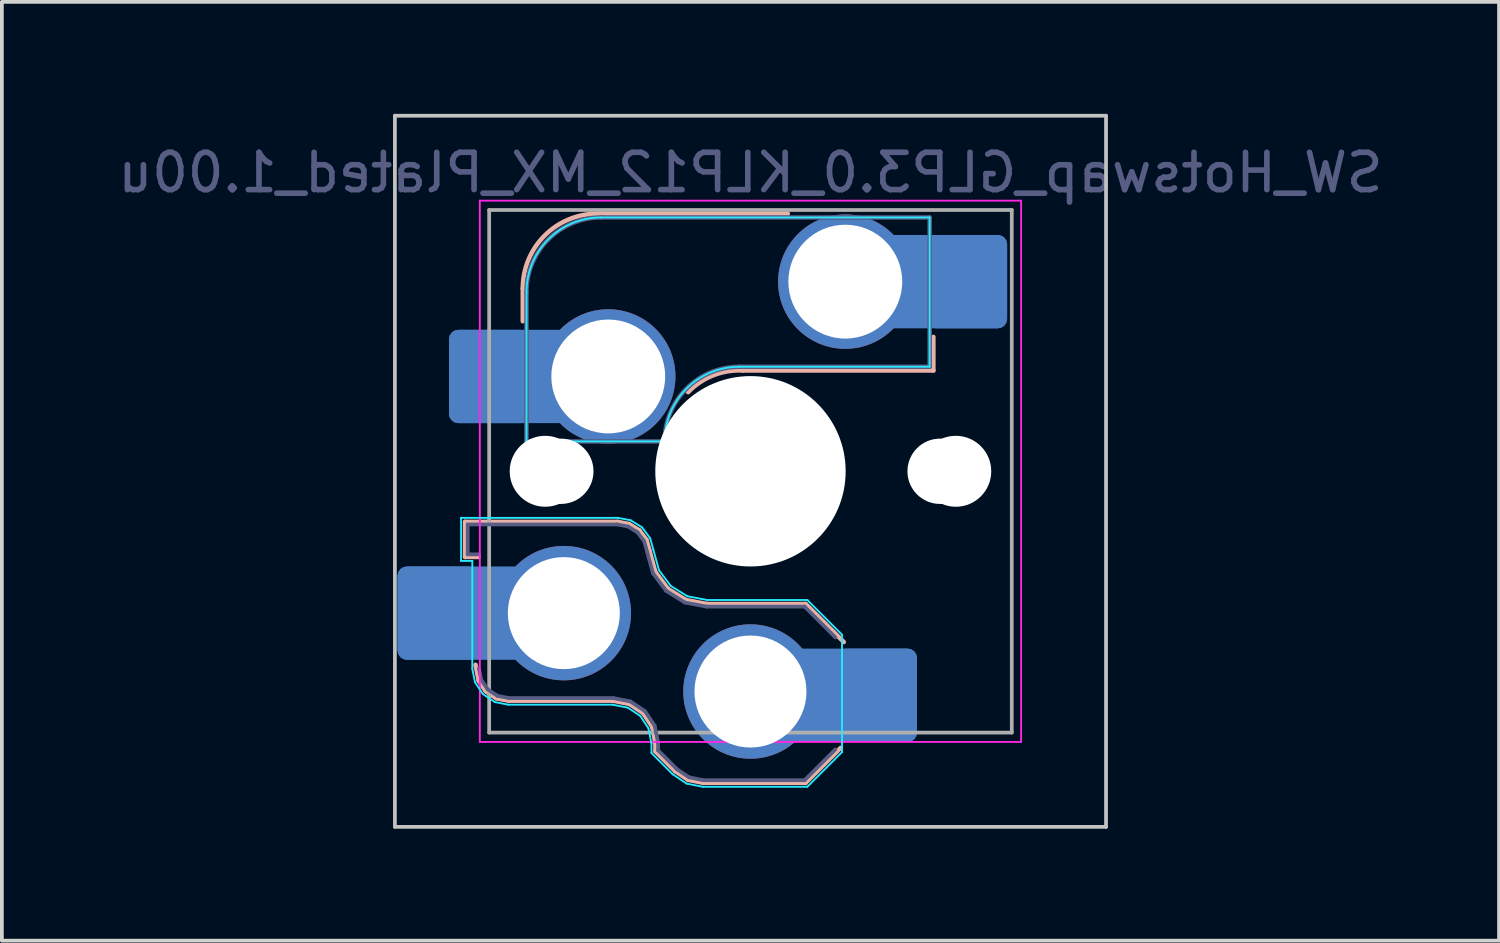
<source format=kicad_pcb>
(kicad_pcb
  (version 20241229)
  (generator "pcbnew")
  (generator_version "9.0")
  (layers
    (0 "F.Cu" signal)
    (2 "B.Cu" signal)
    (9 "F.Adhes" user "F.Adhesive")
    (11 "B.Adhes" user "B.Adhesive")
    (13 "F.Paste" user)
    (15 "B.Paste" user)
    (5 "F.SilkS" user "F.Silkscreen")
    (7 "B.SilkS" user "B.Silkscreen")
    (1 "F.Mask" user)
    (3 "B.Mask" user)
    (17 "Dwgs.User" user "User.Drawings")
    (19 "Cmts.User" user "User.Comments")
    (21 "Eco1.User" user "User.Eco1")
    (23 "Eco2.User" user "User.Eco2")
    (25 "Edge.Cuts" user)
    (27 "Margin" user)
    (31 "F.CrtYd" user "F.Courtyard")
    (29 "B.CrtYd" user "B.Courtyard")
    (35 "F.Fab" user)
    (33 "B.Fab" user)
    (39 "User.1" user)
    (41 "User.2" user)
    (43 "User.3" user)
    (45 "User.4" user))
  (footprint "SW_Hotswap_GLP3.0_KLP12_MX_Plated_1.00u"
    (layer "F.Cu")
    (at 17.054 9.575)
    (property "Reference" "SW_Hotswap_GLP3.0_KLP12_MX_Plated_1.00u" (at 0 -8 0) (layer "B.Fab") (effects (font (size 1 1) (thickness 0.15)) (justify mirror)))
    (attr smd)
    (fp_line (start -7.646 1.354) (end -3.56 1.354) (stroke (width 0.12) (type solid)) (layer "B.SilkS"))
    (fp_line (start -7.646 2.296) (end -7.646 1.354) (stroke (width 0.12) (type solid)) (layer "B.SilkS"))
    (fp_line (start -7.283 2.296) (end -7.646 2.296) (stroke (width 0.12) (type solid)) (layer "B.SilkS"))
    (fp_line (start -7.281 5.609) (end -7.366 5.182) (stroke (width 0.12) (type solid)) (layer "B.SilkS"))
    (fp_line (start -7.092 5.892) (end -7.281 5.609) (stroke (width 0.12) (type solid)) (layer "B.SilkS"))
    (fp_line (start -6.809 6.081) (end -7.092 5.892) (stroke (width 0.12) (type solid)) (layer "B.SilkS"))
    (fp_line (start -6.482 6.146) (end -6.809 6.081) (stroke (width 0.12) (type solid)) (layer "B.SilkS"))
    (fp_line (start -6.1 -4.02) (end -6.1 -4.9) (stroke (width 0.12) (type solid)) (layer "B.SilkS"))
    (fp_line (start -4.1 -6.9) (end 1 -6.9) (stroke (width 0.12) (type solid)) (layer "B.SilkS"))
    (fp_line (start -3.682 6.146) (end -6.482 6.146) (stroke (width 0.12) (type solid)) (layer "B.SilkS"))
    (fp_line (start -3.56 1.354) (end -3.25 1.413) (stroke (width 0.12) (type solid)) (layer "B.SilkS"))
    (fp_line (start -3.25 1.413) (end -2.976 1.583) (stroke (width 0.12) (type solid)) (layer "B.SilkS"))
    (fp_line (start -3.244 6.233) (end -3.682 6.146) (stroke (width 0.12) (type solid)) (layer "B.SilkS"))
    (fp_line (start -2.976 1.583) (end -2.783 1.841) (stroke (width 0.12) (type solid)) (layer "B.SilkS"))
    (fp_line (start -2.877 6.477) (end -3.244 6.233) (stroke (width 0.12) (type solid)) (layer "B.SilkS"))
    (fp_line (start -2.783 1.841) (end -2.701 2.139) (stroke (width 0.12) (type solid)) (layer "B.SilkS"))
    (fp_line (start -2.701 2.139) (end -2.547 2.697) (stroke (width 0.12) (type solid)) (layer "B.SilkS"))
    (fp_line (start -2.633 6.844) (end -2.877 6.477) (stroke (width 0.12) (type solid)) (layer "B.SilkS"))
    (fp_line (start -2.547 2.697) (end -2.209 3.15) (stroke (width 0.12) (type solid)) (layer "B.SilkS"))
    (fp_line (start -2.546 7.282) (end -2.633 6.844) (stroke (width 0.12) (type solid)) (layer "B.SilkS"))
    (fp_line (start -2.546 7.504) (end -2.546 7.282) (stroke (width 0.12) (type solid)) (layer "B.SilkS"))
    (fp_line (start -2.209 3.15) (end -1.73 3.449) (stroke (width 0.12) (type solid)) (layer "B.SilkS"))
    (fp_line (start -2.013 8.037) (end -2.546 7.504) (stroke (width 0.12) (type solid)) (layer "B.SilkS"))
    (fp_line (start -1.73 3.449) (end -1.168 3.554) (stroke (width 0.12) (type solid)) (layer "B.SilkS"))
    (fp_line (start -1.671 8.266) (end -2.013 8.037) (stroke (width 0.12) (type solid)) (layer "B.SilkS"))
    (fp_line (start -1.268 8.346) (end -1.671 8.266) (stroke (width 0.12) (type solid)) (layer "B.SilkS"))
    (fp_line (start -1.168 3.554) (end 1.479 3.554) (stroke (width 0.12) (type solid)) (layer "B.SilkS"))
    (fp_line (start -0.2 -2.7) (end 4.9 -2.7) (stroke (width 0.12) (type solid)) (layer "B.SilkS"))
    (fp_line (start 1.479 3.554) (end 2.5 4.575) (stroke (width 0.12) (type solid)) (layer "B.SilkS"))
    (fp_line (start 1.479 8.346) (end -1.268 8.346) (stroke (width 0.12) (type solid)) (layer "B.SilkS"))
    (fp_line (start 2.416 7.409) (end 1.479 8.346) (stroke (width 0.12) (type solid)) (layer "B.SilkS"))
    (fp_line (start 4.9 -2.7) (end 4.9 -3.6) (stroke (width 0.12) (type solid)) (layer "B.SilkS"))
    (fp_arc (start -6.1 -4.9) (mid -5.514214 -6.314214) (end -4.1 -6.9) (stroke (width 0.12) (type solid)) (layer "B.SilkS"))
    (fp_arc (start -1.670692 -2.119547) (mid -0.998496 -2.569775) (end -0.2 -2.7) (stroke (width 0.12) (type solid)) (layer "B.SilkS"))
    (fp_line (start -9.525 -9.525) (end -9.525 9.525) (stroke (width 0.1) (type solid)) (layer "Dwgs.User"))
    (fp_line (start -9.525 9.525) (end 9.525 9.525) (stroke (width 0.1) (type solid)) (layer "Dwgs.User"))
    (fp_line (start 9.525 -9.525) (end -9.525 -9.525) (stroke (width 0.1) (type solid)) (layer "Dwgs.User"))
    (fp_line (start 9.525 9.525) (end 9.525 -9.525) (stroke (width 0.1) (type solid)) (layer "Dwgs.User"))
    (fp_line (start -7.8 -6) (end -7 -6) (stroke (width 0.1) (type solid)) (layer "Eco1.User"))
    (fp_line (start -7.8 -2.9) (end -7.8 -6) (stroke (width 0.1) (type solid)) (layer "Eco1.User"))
    (fp_line (start -7.8 2.9) (end -7 2.9) (stroke (width 0.1) (type solid)) (layer "Eco1.User"))
    (fp_line (start -7.8 6) (end -7.8 2.9) (stroke (width 0.1) (type solid)) (layer "Eco1.User"))
    (fp_line (start -7 -7) (end 7 -7) (stroke (width 0.1) (type solid)) (layer "Eco1.User"))
    (fp_line (start -7 -6) (end -7 -7) (stroke (width 0.1) (type solid)) (layer "Eco1.User"))
    (fp_line (start -7 -2.9) (end -7.8 -2.9) (stroke (width 0.1) (type solid)) (layer "Eco1.User"))
    (fp_line (start -7 2.9) (end -7 -2.9) (stroke (width 0.1) (type solid)) (layer "Eco1.User"))
    (fp_line (start -7 6) (end -7.8 6) (stroke (width 0.1) (type solid)) (layer "Eco1.User"))
    (fp_line (start -7 7) (end -7 6) (stroke (width 0.1) (type solid)) (layer "Eco1.User"))
    (fp_line (start 7 -7) (end 7 -6) (stroke (width 0.1) (type solid)) (layer "Eco1.User"))
    (fp_line (start 7 -6) (end 7.8 -6) (stroke (width 0.1) (type solid)) (layer "Eco1.User"))
    (fp_line (start 7 -2.9) (end 7 2.9) (stroke (width 0.1) (type solid)) (layer "Eco1.User"))
    (fp_line (start 7 2.9) (end 7.8 2.9) (stroke (width 0.1) (type solid)) (layer "Eco1.User"))
    (fp_line (start 7 6) (end 7 7) (stroke (width 0.1) (type solid)) (layer "Eco1.User"))
    (fp_line (start 7 7) (end -7 7) (stroke (width 0.1) (type solid)) (layer "Eco1.User"))
    (fp_line (start 7.8 -6) (end 7.8 -2.9) (stroke (width 0.1) (type solid)) (layer "Eco1.User"))
    (fp_line (start 7.8 -2.9) (end 7 -2.9) (stroke (width 0.1) (type solid)) (layer "Eco1.User"))
    (fp_line (start 7.8 2.9) (end 7.8 6) (stroke (width 0.1) (type solid)) (layer "Eco1.User"))
    (fp_line (start 7.8 6) (end 7 6) (stroke (width 0.1) (type solid)) (layer "Eco1.User"))
    (fp_line (start -7.752 1.248) (end -3.55 1.248) (stroke (width 0.05) (type solid)) (layer "B.CrtYd"))
    (fp_line (start -7.752 2.402) (end -7.752 1.248) (stroke (width 0.05) (type solid)) (layer "B.CrtYd"))
    (fp_line (start -7.452 2.402) (end -7.752 2.402) (stroke (width 0.05) (type solid)) (layer "B.CrtYd"))
    (fp_line (start -7.452 5.292) (end -7.452 2.402) (stroke (width 0.05) (type solid)) (layer "B.CrtYd"))
    (fp_line (start -7.381 5.65) (end -7.452 5.292) (stroke (width 0.05) (type solid)) (layer "B.CrtYd"))
    (fp_line (start -7.168 5.968) (end -7.381 5.65) (stroke (width 0.05) (type solid)) (layer "B.CrtYd"))
    (fp_line (start -6.85 6.181) (end -7.168 5.968) (stroke (width 0.05) (type solid)) (layer "B.CrtYd"))
    (fp_line (start -6.492 6.252) (end -6.85 6.181) (stroke (width 0.05) (type solid)) (layer "B.CrtYd"))
    (fp_line (start -6 -0.8) (end -6 -4.8) (stroke (width 0.05) (type solid)) (layer "B.CrtYd"))
    (fp_line (start -6 -0.8) (end -2.3 -0.8) (stroke (width 0.05) (type solid)) (layer "B.CrtYd"))
    (fp_line (start -4 -6.8) (end 4.8 -6.8) (stroke (width 0.05) (type solid)) (layer "B.CrtYd"))
    (fp_line (start -3.692 6.252) (end -6.492 6.252) (stroke (width 0.05) (type solid)) (layer "B.CrtYd"))
    (fp_line (start -3.55 1.248) (end -3.211 1.312) (stroke (width 0.05) (type solid)) (layer "B.CrtYd"))
    (fp_line (start -3.285 6.333) (end -3.692 6.252) (stroke (width 0.05) (type solid)) (layer "B.CrtYd"))
    (fp_line (start -3.211 1.312) (end -2.903 1.503) (stroke (width 0.05) (type solid)) (layer "B.CrtYd"))
    (fp_line (start -2.953 6.553) (end -3.285 6.333) (stroke (width 0.05) (type solid)) (layer "B.CrtYd"))
    (fp_line (start -2.903 1.503) (end -2.687 1.794) (stroke (width 0.05) (type solid)) (layer "B.CrtYd"))
    (fp_line (start -2.733 6.885) (end -2.953 6.553) (stroke (width 0.05) (type solid)) (layer "B.CrtYd"))
    (fp_line (start -2.687 1.794) (end -2.599 2.111) (stroke (width 0.05) (type solid)) (layer "B.CrtYd"))
    (fp_line (start -2.652 7.292) (end -2.733 6.885) (stroke (width 0.05) (type solid)) (layer "B.CrtYd"))
    (fp_line (start -2.652 7.548) (end -2.652 7.292) (stroke (width 0.05) (type solid)) (layer "B.CrtYd"))
    (fp_line (start -2.599 2.111) (end -2.45 2.65) (stroke (width 0.05) (type solid)) (layer "B.CrtYd"))
    (fp_line (start -2.45 2.65) (end -2.136 3.071) (stroke (width 0.05) (type solid)) (layer "B.CrtYd"))
    (fp_line (start -2.136 3.071) (end -1.691 3.348) (stroke (width 0.05) (type solid)) (layer "B.CrtYd"))
    (fp_line (start -2.081 8.119) (end -2.652 7.548) (stroke (width 0.05) (type solid)) (layer "B.CrtYd"))
    (fp_line (start -1.712 8.366) (end -2.081 8.119) (stroke (width 0.05) (type solid)) (layer "B.CrtYd"))
    (fp_line (start -1.691 3.348) (end -1.159 3.448) (stroke (width 0.05) (type solid)) (layer "B.CrtYd"))
    (fp_line (start -1.278 8.452) (end -1.712 8.366) (stroke (width 0.05) (type solid)) (layer "B.CrtYd"))
    (fp_line (start -1.159 3.448) (end 1.523 3.448) (stroke (width 0.05) (type solid)) (layer "B.CrtYd"))
    (fp_line (start -0.3 -2.8) (end 4.8 -2.8) (stroke (width 0.05) (type solid)) (layer "B.CrtYd"))
    (fp_line (start 1.523 3.448) (end 2.452 4.377) (stroke (width 0.05) (type solid)) (layer "B.CrtYd"))
    (fp_line (start 1.523 8.452) (end -1.278 8.452) (stroke (width 0.05) (type solid)) (layer "B.CrtYd"))
    (fp_line (start 2.452 4.377) (end 2.452 7.523) (stroke (width 0.05) (type solid)) (layer "B.CrtYd"))
    (fp_line (start 2.452 7.523) (end 1.523 8.452) (stroke (width 0.05) (type solid)) (layer "B.CrtYd"))
    (fp_line (start 4.8 -6.8) (end 4.8 -2.8) (stroke (width 0.05) (type solid)) (layer "B.CrtYd"))
    (fp_arc (start -6 -4.8) (mid -5.414214 -6.214214) (end -4 -6.8) (stroke (width 0.05) (type solid)) (layer "B.CrtYd"))
    (fp_arc (start -2.3 -0.8) (mid -1.714214 -2.214214) (end -0.3 -2.8) (stroke (width 0.05) (type solid)) (layer "B.CrtYd"))
    (fp_line (start -7.25 -7.25) (end -7.25 7.25) (stroke (width 0.05) (type solid)) (layer "F.CrtYd"))
    (fp_line (start -7.25 7.25) (end 7.25 7.25) (stroke (width 0.05) (type solid)) (layer "F.CrtYd"))
    (fp_line (start 7.25 -7.25) (end -7.25 -7.25) (stroke (width 0.05) (type solid)) (layer "F.CrtYd"))
    (fp_line (start 7.25 7.25) (end 7.25 -7.25) (stroke (width 0.05) (type solid)) (layer "F.CrtYd"))
    (fp_line (start -7.575 1.425) (end -3.567 1.425) (stroke (width 0.1) (type solid)) (layer "B.Fab"))
    (fp_line (start -7.575 2.225) (end -7.575 1.425) (stroke (width 0.1) (type solid)) (layer "B.Fab"))
    (fp_line (start -7.275 2.225) (end -7.575 2.225) (stroke (width 0.1) (type solid)) (layer "B.Fab"))
    (fp_line (start -7.214 5.581) (end -7.275 5.275) (stroke (width 0.1) (type solid)) (layer "B.Fab"))
    (fp_line (start -7.041 5.841) (end -7.214 5.581) (stroke (width 0.1) (type solid)) (layer "B.Fab"))
    (fp_line (start -6.781 6.014) (end -7.041 5.841) (stroke (width 0.1) (type solid)) (layer "B.Fab"))
    (fp_line (start -6.475 6.075) (end -6.781 6.014) (stroke (width 0.1) (type solid)) (layer "B.Fab"))
    (fp_line (start -6 -0.8) (end -6 -4.8) (stroke (width 0.12) (type solid)) (layer "B.Fab"))
    (fp_line (start -6 -0.8) (end -2.3 -0.8) (stroke (width 0.12) (type solid)) (layer "B.Fab"))
    (fp_line (start -4 -6.8) (end 4.8 -6.8) (stroke (width 0.12) (type solid)) (layer "B.Fab"))
    (fp_line (start -3.675 6.075) (end -6.475 6.075) (stroke (width 0.1) (type solid)) (layer "B.Fab"))
    (fp_line (start -3.567 1.425) (end -3.276 1.48) (stroke (width 0.1) (type solid)) (layer "B.Fab"))
    (fp_line (start -3.276 1.48) (end -3.025 1.636) (stroke (width 0.1) (type solid)) (layer "B.Fab"))
    (fp_line (start -3.216 6.166) (end -3.675 6.075) (stroke (width 0.1) (type solid)) (layer "B.Fab"))
    (fp_line (start -3.025 1.636) (end -2.848 1.873) (stroke (width 0.1) (type solid)) (layer "B.Fab"))
    (fp_line (start -2.848 1.873) (end -2.769 2.158) (stroke (width 0.1) (type solid)) (layer "B.Fab"))
    (fp_line (start -2.826 6.426) (end -3.216 6.166) (stroke (width 0.1) (type solid)) (layer "B.Fab"))
    (fp_line (start -2.769 2.158) (end -2.612 2.729) (stroke (width 0.1) (type solid)) (layer "B.Fab"))
    (fp_line (start -2.612 2.729) (end -2.258 3.203) (stroke (width 0.1) (type solid)) (layer "B.Fab"))
    (fp_line (start -2.566 6.816) (end -2.826 6.426) (stroke (width 0.1) (type solid)) (layer "B.Fab"))
    (fp_line (start -2.475 7.275) (end -2.566 6.816) (stroke (width 0.1) (type solid)) (layer "B.Fab"))
    (fp_line (start -2.475 7.475) (end -2.475 7.275) (stroke (width 0.1) (type solid)) (layer "B.Fab"))
    (fp_line (start -2.258 3.203) (end -1.756 3.516) (stroke (width 0.1) (type solid)) (layer "B.Fab"))
    (fp_line (start -1.968 7.982) (end -2.475 7.475) (stroke (width 0.1) (type solid)) (layer "B.Fab"))
    (fp_line (start -1.756 3.516) (end -1.175 3.625) (stroke (width 0.1) (type solid)) (layer "B.Fab"))
    (fp_line (start -1.643 8.199) (end -1.968 7.982) (stroke (width 0.1) (type solid)) (layer "B.Fab"))
    (fp_line (start -1.261 8.275) (end -1.643 8.199) (stroke (width 0.1) (type solid)) (layer "B.Fab"))
    (fp_line (start -1.175 3.625) (end 1.45 3.625) (stroke (width 0.1) (type solid)) (layer "B.Fab"))
    (fp_line (start -0.3 -2.8) (end 4.8 -2.8) (stroke (width 0.12) (type solid)) (layer "B.Fab"))
    (fp_line (start 1.45 3.625) (end 2.275 4.45) (stroke (width 0.1) (type solid)) (layer "B.Fab"))
    (fp_line (start 1.45 8.275) (end -1.261 8.275) (stroke (width 0.1) (type solid)) (layer "B.Fab"))
    (fp_line (start 2.275 7.45) (end 1.45 8.275) (stroke (width 0.1) (type solid)) (layer "B.Fab"))
    (fp_line (start 4.8 -6.8) (end 4.8 -2.8) (stroke (width 0.12) (type solid)) (layer "B.Fab"))
    (fp_arc (start -6 -4.8) (mid -5.414214 -6.214214) (end -4 -6.8) (stroke (width 0.12) (type solid)) (layer "B.Fab"))
    (fp_arc (start -2.3 -0.8) (mid -1.714214 -2.214214) (end -0.3 -2.8) (stroke (width 0.12) (type solid)) (layer "B.Fab"))
    (fp_line (start -7 -7) (end -7 7) (stroke (width 0.1) (type solid)) (layer "F.Fab"))
    (fp_line (start -7 7) (end 7 7) (stroke (width 0.1) (type solid)) (layer "F.Fab"))
    (fp_line (start 7 -7) (end -7 -7) (stroke (width 0.1) (type solid)) (layer "F.Fab"))
    (fp_line (start 7 7) (end 7 -7) (stroke (width 0.1) (type solid)) (layer "F.Fab"))
    (pad "" np_thru_hole circle (at -5.5 0 180) (size 1.9 1.9) (drill 1.9) (layers "*.Cu" "*.Mask"))
    (pad "" np_thru_hole circle (at -5.08 0) (size 1.75 1.75) (drill 1.75) (layers "*.Cu" "*.Mask"))
    (pad "" np_thru_hole circle (at 0 0 180) (size 5.1 5.1) (drill 5.1) (layers "*.Cu" "*.Mask"))
    (pad "" np_thru_hole circle (at 5.08 0) (size 1.75 1.75) (drill 1.75) (layers "*.Cu" "*.Mask"))
    (pad "" np_thru_hole circle (at 5.5 0 180) (size 1.9 1.9) (drill 1.9) (layers "*.Cu" "*.Mask"))
    (pad "1" smd roundrect (at -8.376 3.8 180) (size 2.159 2.5) (layers "B.Cu" "B.Mask" "B.Paste") (roundrect_rratio 0.116))
    (pad "1" smd roundrect (at -7.53 3.8 180) (size 3.85 2.5) (layers "B.Cu") (roundrect_rratio 0.1))
    (pad "1" smd roundrect (at -6.997 -2.54 180) (size 2.159 2.5) (layers "B.Cu" "B.Mask" "B.Paste") (roundrect_rratio 0.116))
    (pad "1" smd roundrect (at -6.301 -2.54) (size 3.55 2.5) (layers "B.Cu") (roundrect_rratio 0.1))
    (pad "1" thru_hole circle (at -5 3.8 180) (size 3.6 3.6) (drill 3) (layers "*.Cu" "*.Mask"))
    (pad "1" thru_hole circle (at -3.81 -2.54) (size 3.6 3.6) (drill 3.05) (layers "*.Cu" "*.Mask"))
    (pad "2" thru_hole circle (at 0 5.9 180) (size 3.6 3.6) (drill 3) (layers "*.Cu" "*.Mask"))
    (pad "2" smd roundrect (at 2.535 6 180) (size 3.85 2.5) (layers "B.Cu") (roundrect_rratio 0.1))
    (pad "2" thru_hole circle (at 2.54 -5.08) (size 3.6 3.6) (drill 3.05) (layers "*.Cu" "*.Mask"))
    (pad "2" smd roundrect (at 3.381 6 180) (size 2.159 2.5) (layers "B.Cu" "B.Mask" "B.Paste") (roundrect_rratio 0.116))
    (pad "2" smd roundrect (at 5.1 -5.08) (size 3.55 2.5) (layers "B.Cu") (roundrect_rratio 0.1))
    (pad "2" smd roundrect (at 5.796 -5.08 180) (size 2.159 2.5) (layers "B.Cu" "B.Mask" "B.Paste") (roundrect_rratio 0.116)))
  (gr_rect
    (start -3 -3)
    (end 37.107 22.15)
    (stroke (width 0.1) (type default))
    (fill no)
    (layer "Edge.Cuts")))
</source>
